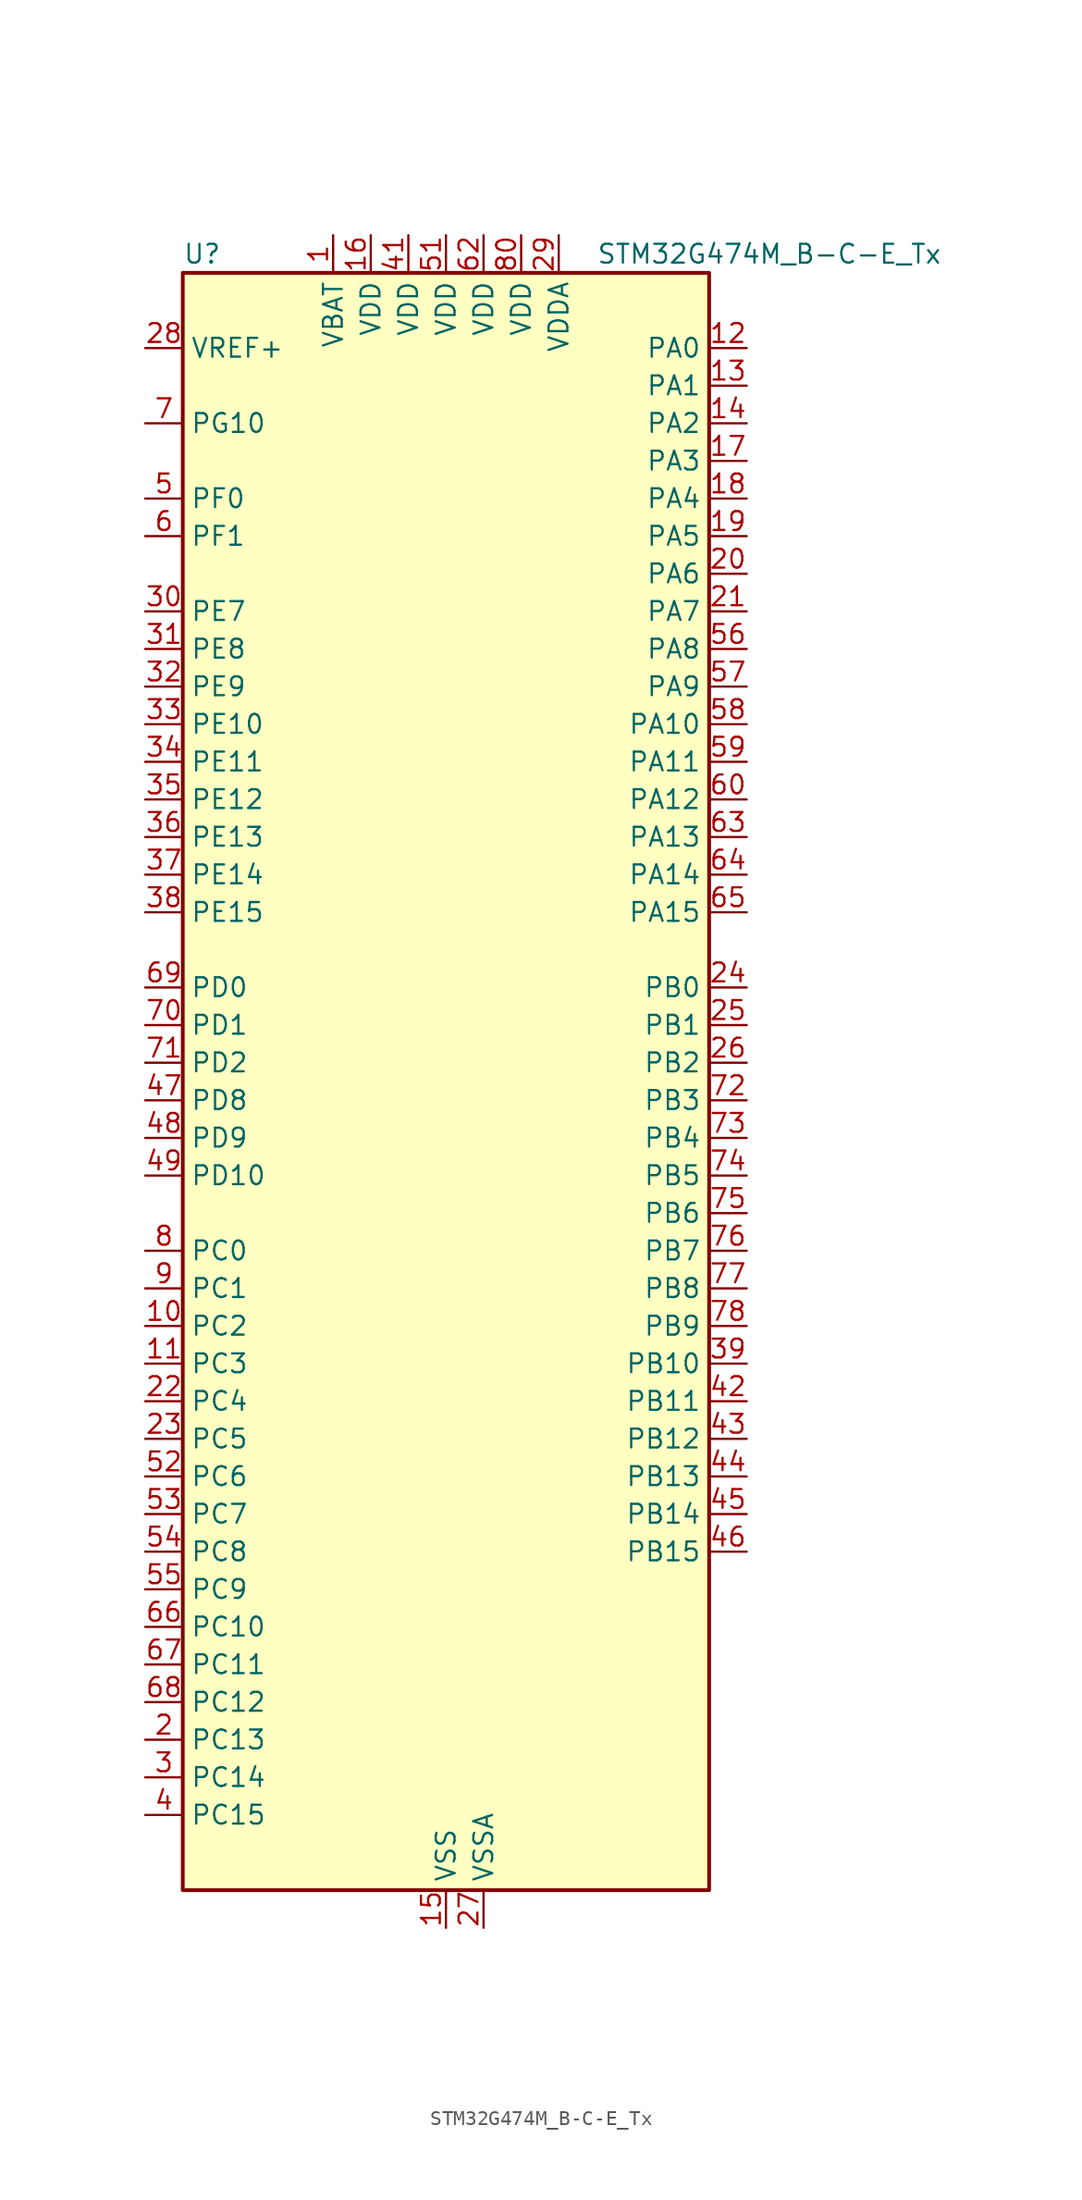
<source format=kicad_sym>
(kicad_symbol_lib
  (version 20241209)
  (generator "kicad_symbol_editor")
  (generator_version "9.0")
  (symbol "STM32G474M_B-C-E_Tx"
    (property "Reference" "U"
      (at -17.78 57.15 0)
      (effects (font (size 1.27 1.27)) (justify left)))
    (property "Value" "STM32G474M_B-C-E_Tx"
      (at 10.16 57.15 0)
      (effects (font (size 1.27 1.27)) (justify left)))
    (symbol "STM32G474M_B-C-E_Tx_0_1"
      (rectangle (start -17.78 -53.34) (end 17.78 55.88) (stroke (width 0.254) (type default)) (fill (type background))))
    (symbol "STM32G474M_B-C-E_Tx_1_1"
      (pin input line (at -20.32 50.8 0) (length 2.54) (name "VREF+" (effects (font (size 1.27 1.27)))) (number "28" (effects (font (size 1.27 1.27)))) (alternate "VREFBUF_OUT" bidirectional line))
      (pin bidirectional line (at -20.32 45.72 0) (length 2.54) (name "PG10" (effects (font (size 1.27 1.27)))) (number "7" (effects (font (size 1.27 1.27)))) (alternate "DAC1_EXTI10" bidirectional line) (alternate "DAC2_EXTI10" bidirectional line) (alternate "DAC3_EXTI10" bidirectional line) (alternate "DAC4_EXTI10" bidirectional line) (alternate "RCC_MCO" bidirectional line))
      (pin bidirectional line (at -20.32 40.64 0) (length 2.54) (name "PF0" (effects (font (size 1.27 1.27)))) (number "5" (effects (font (size 1.27 1.27)))) (alternate "ADC1_IN10" bidirectional line) (alternate "I2C2_SDA" bidirectional line) (alternate "I2S2_WS" bidirectional line) (alternate "RCC_OSC_IN" bidirectional line) (alternate "SPI2_NSS" bidirectional line) (alternate "TIM1_CH3N" bidirectional line))
      (pin bidirectional line (at -20.32 38.1 0) (length 2.54) (name "PF1" (effects (font (size 1.27 1.27)))) (number "6" (effects (font (size 1.27 1.27)))) (alternate "ADC2_IN10" bidirectional line) (alternate "COMP3_INM" bidirectional line) (alternate "I2S2_CK" bidirectional line) (alternate "RCC_OSC_OUT" bidirectional line) (alternate "SPI2_SCK" bidirectional line))
      (pin bidirectional line (at -20.32 33.02 0) (length 2.54) (name "PE7" (effects (font (size 1.27 1.27)))) (number "30" (effects (font (size 1.27 1.27)))) (alternate "ADC3_IN4" bidirectional line) (alternate "COMP4_INP" bidirectional line) (alternate "SAI1_SD_B" bidirectional line) (alternate "TIM1_ETR" bidirectional line))
      (pin bidirectional line (at -20.32 30.48 0) (length 2.54) (name "PE8" (effects (font (size 1.27 1.27)))) (number "31" (effects (font (size 1.27 1.27)))) (alternate "ADC3_IN6" bidirectional line) (alternate "ADC4_IN6" bidirectional line) (alternate "ADC5_IN6" bidirectional line) (alternate "COMP4_INM" bidirectional line) (alternate "SAI1_SCK_B" bidirectional line) (alternate "TIM1_CH1N" bidirectional line) (alternate "TIM5_CH3" bidirectional line))
      (pin bidirectional line (at -20.32 27.94 0) (length 2.54) (name "PE9" (effects (font (size 1.27 1.27)))) (number "32" (effects (font (size 1.27 1.27)))) (alternate "ADC3_IN2" bidirectional line) (alternate "DAC1_EXTI9" bidirectional line) (alternate "DAC2_EXTI9" bidirectional line) (alternate "DAC3_EXTI9" bidirectional line) (alternate "DAC4_EXTI9" bidirectional line) (alternate "SAI1_FS_B" bidirectional line) (alternate "TIM1_CH1" bidirectional line) (alternate "TIM5_CH4" bidirectional line))
      (pin bidirectional line (at -20.32 25.4 0) (length 2.54) (name "PE10" (effects (font (size 1.27 1.27)))) (number "33" (effects (font (size 1.27 1.27)))) (alternate "ADC3_IN14" bidirectional line) (alternate "ADC4_IN14" bidirectional line) (alternate "ADC5_IN14" bidirectional line) (alternate "DAC1_EXTI10" bidirectional line) (alternate "DAC2_EXTI10" bidirectional line) (alternate "DAC3_EXTI10" bidirectional line) (alternate "DAC4_EXTI10" bidirectional line) (alternate "QUADSPI1_CLK" bidirectional line) (alternate "SAI1_MCLK_B" bidirectional line) (alternate "TIM1_CH2N" bidirectional line))
      (pin bidirectional line (at -20.32 22.86 0) (length 2.54) (name "PE11" (effects (font (size 1.27 1.27)))) (number "34" (effects (font (size 1.27 1.27)))) (alternate "ADC1_EXTI11" bidirectional line) (alternate "ADC2_EXTI11" bidirectional line) (alternate "ADC3_IN15" bidirectional line) (alternate "ADC4_IN15" bidirectional line) (alternate "ADC5_IN15" bidirectional line) (alternate "QUADSPI1_BK1_NCS" bidirectional line) (alternate "SPI4_NSS" bidirectional line) (alternate "TIM1_CH2" bidirectional line))
      (pin bidirectional line (at -20.32 20.32 0) (length 2.54) (name "PE12" (effects (font (size 1.27 1.27)))) (number "35" (effects (font (size 1.27 1.27)))) (alternate "ADC3_IN16" bidirectional line) (alternate "ADC4_IN16" bidirectional line) (alternate "ADC5_IN16" bidirectional line) (alternate "QUADSPI1_BK1_IO0" bidirectional line) (alternate "SPI4_SCK" bidirectional line) (alternate "TIM1_CH3N" bidirectional line))
      (pin bidirectional line (at -20.32 17.78 0) (length 2.54) (name "PE13" (effects (font (size 1.27 1.27)))) (number "36" (effects (font (size 1.27 1.27)))) (alternate "ADC3_IN3" bidirectional line) (alternate "QUADSPI1_BK1_IO1" bidirectional line) (alternate "SPI4_MISO" bidirectional line) (alternate "TIM1_CH3" bidirectional line))
      (pin bidirectional line (at -20.32 15.24 0) (length 2.54) (name "PE14" (effects (font (size 1.27 1.27)))) (number "37" (effects (font (size 1.27 1.27)))) (alternate "ADC4_IN1" bidirectional line) (alternate "QUADSPI1_BK1_IO2" bidirectional line) (alternate "SPI4_MOSI" bidirectional line) (alternate "TIM1_BKIN2" bidirectional line) (alternate "TIM1_CH4" bidirectional line))
      (pin bidirectional line (at -20.32 12.7 0) (length 2.54) (name "PE15" (effects (font (size 1.27 1.27)))) (number "38" (effects (font (size 1.27 1.27)))) (alternate "ADC1_EXTI15" bidirectional line) (alternate "ADC2_EXTI15" bidirectional line) (alternate "ADC4_IN2" bidirectional line) (alternate "QUADSPI1_BK1_IO3" bidirectional line) (alternate "TIM1_BKIN" bidirectional line) (alternate "TIM1_CH4N" bidirectional line) (alternate "USART3_RX" bidirectional line))
      (pin bidirectional line (at -20.32 7.62 0) (length 2.54) (name "PD0" (effects (font (size 1.27 1.27)))) (number "69" (effects (font (size 1.27 1.27)))) (alternate "FDCAN1_RX" bidirectional line) (alternate "TIM8_CH4N" bidirectional line))
      (pin bidirectional line (at -20.32 5.08 0) (length 2.54) (name "PD1" (effects (font (size 1.27 1.27)))) (number "70" (effects (font (size 1.27 1.27)))) (alternate "FDCAN1_TX" bidirectional line) (alternate "TIM8_BKIN2" bidirectional line) (alternate "TIM8_CH4" bidirectional line))
      (pin bidirectional line (at -20.32 2.54 0) (length 2.54) (name "PD2" (effects (font (size 1.27 1.27)))) (number "71" (effects (font (size 1.27 1.27)))) (alternate "ADC3_EXTI2" bidirectional line) (alternate "ADC4_EXTI2" bidirectional line) (alternate "ADC5_EXTI2" bidirectional line) (alternate "TIM3_ETR" bidirectional line) (alternate "TIM8_BKIN" bidirectional line) (alternate "UART5_RX" bidirectional line))
      (pin bidirectional line (at -20.32 0 0) (length 2.54) (name "PD8" (effects (font (size 1.27 1.27)))) (number "47" (effects (font (size 1.27 1.27)))) (alternate "ADC4_IN12" bidirectional line) (alternate "ADC5_IN12" bidirectional line) (alternate "OPAMP4_VINM" bidirectional line) (alternate "OPAMP4_VINM1" bidirectional line) (alternate "OPAMP4_VINM_SEC" bidirectional line) (alternate "USART3_TX" bidirectional line))
      (pin bidirectional line (at -20.32 -2.54 0) (length 2.54) (name "PD9" (effects (font (size 1.27 1.27)))) (number "48" (effects (font (size 1.27 1.27)))) (alternate "ADC4_IN13" bidirectional line) (alternate "ADC5_IN13" bidirectional line) (alternate "DAC1_EXTI9" bidirectional line) (alternate "DAC2_EXTI9" bidirectional line) (alternate "DAC3_EXTI9" bidirectional line) (alternate "DAC4_EXTI9" bidirectional line) (alternate "OPAMP6_VINP" bidirectional line) (alternate "OPAMP6_VINP_SEC" bidirectional line) (alternate "USART3_RX" bidirectional line))
      (pin bidirectional line (at -20.32 -5.08 0) (length 2.54) (name "PD10" (effects (font (size 1.27 1.27)))) (number "49" (effects (font (size 1.27 1.27)))) (alternate "ADC3_IN7" bidirectional line) (alternate "ADC4_IN7" bidirectional line) (alternate "ADC5_IN7" bidirectional line) (alternate "COMP6_INM" bidirectional line) (alternate "DAC1_EXTI10" bidirectional line) (alternate "DAC2_EXTI10" bidirectional line) (alternate "DAC3_EXTI10" bidirectional line) (alternate "DAC4_EXTI10" bidirectional line) (alternate "USART3_CK" bidirectional line))
      (pin bidirectional line (at -20.32 -10.16 0) (length 2.54) (name "PC0" (effects (font (size 1.27 1.27)))) (number "8" (effects (font (size 1.27 1.27)))) (alternate "ADC1_IN6" bidirectional line) (alternate "ADC2_IN6" bidirectional line) (alternate "COMP3_INM" bidirectional line) (alternate "LPTIM1_IN1" bidirectional line) (alternate "LPUART1_RX" bidirectional line) (alternate "TIM1_CH1" bidirectional line))
      (pin bidirectional line (at -20.32 -12.7 0) (length 2.54) (name "PC1" (effects (font (size 1.27 1.27)))) (number "9" (effects (font (size 1.27 1.27)))) (alternate "ADC1_IN7" bidirectional line) (alternate "ADC2_IN7" bidirectional line) (alternate "COMP3_INP" bidirectional line) (alternate "LPTIM1_OUT" bidirectional line) (alternate "LPUART1_TX" bidirectional line) (alternate "QUADSPI1_BK2_IO0" bidirectional line) (alternate "SAI1_SD_A" bidirectional line) (alternate "TIM1_CH2" bidirectional line))
      (pin bidirectional line (at -20.32 -15.24 0) (length 2.54) (name "PC2" (effects (font (size 1.27 1.27)))) (number "10" (effects (font (size 1.27 1.27)))) (alternate "ADC1_IN8" bidirectional line) (alternate "ADC2_IN8" bidirectional line) (alternate "ADC3_EXTI2" bidirectional line) (alternate "ADC4_EXTI2" bidirectional line) (alternate "ADC5_EXTI2" bidirectional line) (alternate "COMP3_OUT" bidirectional line) (alternate "LPTIM1_IN2" bidirectional line) (alternate "QUADSPI1_BK2_IO1" bidirectional line) (alternate "TIM1_CH3" bidirectional line) (alternate "TIM20_CH2" bidirectional line))
      (pin bidirectional line (at -20.32 -17.78 0) (length 2.54) (name "PC3" (effects (font (size 1.27 1.27)))) (number "11" (effects (font (size 1.27 1.27)))) (alternate "ADC1_IN9" bidirectional line) (alternate "ADC2_IN9" bidirectional line) (alternate "ADC3_EXTI3" bidirectional line) (alternate "ADC4_EXTI3" bidirectional line) (alternate "ADC5_EXTI3" bidirectional line) (alternate "LPTIM1_ETR" bidirectional line) (alternate "OPAMP5_VINP" bidirectional line) (alternate "OPAMP5_VINP_SEC" bidirectional line) (alternate "QUADSPI1_BK2_IO2" bidirectional line) (alternate "SAI1_D1" bidirectional line) (alternate "SAI1_SD_A" bidirectional line) (alternate "TIM1_BKIN2" bidirectional line) (alternate "TIM1_CH4" bidirectional line))
      (pin bidirectional line (at -20.32 -20.32 0) (length 2.54) (name "PC4" (effects (font (size 1.27 1.27)))) (number "22" (effects (font (size 1.27 1.27)))) (alternate "ADC2_IN5" bidirectional line) (alternate "I2C2_SCL" bidirectional line) (alternate "QUADSPI1_BK2_IO3" bidirectional line) (alternate "TIM1_ETR" bidirectional line) (alternate "USART1_TX" bidirectional line))
      (pin bidirectional line (at -20.32 -22.86 0) (length 2.54) (name "PC5" (effects (font (size 1.27 1.27)))) (number "23" (effects (font (size 1.27 1.27)))) (alternate "ADC2_IN11" bidirectional line) (alternate "HRTIM1_EEV10" bidirectional line) (alternate "OPAMP1_VINM" bidirectional line) (alternate "OPAMP1_VINM1" bidirectional line) (alternate "OPAMP1_VINM_SEC" bidirectional line) (alternate "OPAMP2_VINM" bidirectional line) (alternate "OPAMP2_VINM1" bidirectional line) (alternate "OPAMP2_VINM_SEC" bidirectional line) (alternate "SAI1_D3" bidirectional line) (alternate "SYS_WKUP5" bidirectional line) (alternate "TIM15_BKIN" bidirectional line) (alternate "TIM1_CH4N" bidirectional line) (alternate "USART1_RX" bidirectional line))
      (pin bidirectional line (at -20.32 -25.4 0) (length 2.54) (name "PC6" (effects (font (size 1.27 1.27)))) (number "52" (effects (font (size 1.27 1.27)))) (alternate "COMP6_OUT" bidirectional line) (alternate "HRTIM1_CHF1" bidirectional line) (alternate "HRTIM1_EEV10" bidirectional line) (alternate "I2C4_SCL" bidirectional line) (alternate "I2S2_MCK" bidirectional line) (alternate "TIM3_CH1" bidirectional line) (alternate "TIM8_CH1" bidirectional line))
      (pin bidirectional line (at -20.32 -27.94 0) (length 2.54) (name "PC7" (effects (font (size 1.27 1.27)))) (number "53" (effects (font (size 1.27 1.27)))) (alternate "COMP5_OUT" bidirectional line) (alternate "HRTIM1_CHF2" bidirectional line) (alternate "HRTIM1_FLT5" bidirectional line) (alternate "I2C4_SDA" bidirectional line) (alternate "I2S3_MCK" bidirectional line) (alternate "TIM3_CH2" bidirectional line) (alternate "TIM8_CH2" bidirectional line))
      (pin bidirectional line (at -20.32 -30.48 0) (length 2.54) (name "PC8" (effects (font (size 1.27 1.27)))) (number "54" (effects (font (size 1.27 1.27)))) (alternate "COMP7_OUT" bidirectional line) (alternate "HRTIM1_CHE1" bidirectional line) (alternate "I2C3_SCL" bidirectional line) (alternate "TIM20_CH3" bidirectional line) (alternate "TIM3_CH3" bidirectional line) (alternate "TIM8_CH3" bidirectional line))
      (pin bidirectional line (at -20.32 -33.02 0) (length 2.54) (name "PC9" (effects (font (size 1.27 1.27)))) (number "55" (effects (font (size 1.27 1.27)))) (alternate "DAC1_EXTI9" bidirectional line) (alternate "DAC2_EXTI9" bidirectional line) (alternate "DAC3_EXTI9" bidirectional line) (alternate "DAC4_EXTI9" bidirectional line) (alternate "HRTIM1_CHE2" bidirectional line) (alternate "I2C3_SDA" bidirectional line) (alternate "I2S_CKIN" bidirectional line) (alternate "TIM3_CH4" bidirectional line) (alternate "TIM8_BKIN2" bidirectional line) (alternate "TIM8_CH4" bidirectional line))
      (pin bidirectional line (at -20.32 -35.56 0) (length 2.54) (name "PC10" (effects (font (size 1.27 1.27)))) (number "66" (effects (font (size 1.27 1.27)))) (alternate "DAC1_EXTI10" bidirectional line) (alternate "DAC2_EXTI10" bidirectional line) (alternate "DAC3_EXTI10" bidirectional line) (alternate "DAC4_EXTI10" bidirectional line) (alternate "HRTIM1_FLT6" bidirectional line) (alternate "I2S3_CK" bidirectional line) (alternate "SPI3_SCK" bidirectional line) (alternate "TIM8_CH1N" bidirectional line) (alternate "UART4_TX" bidirectional line) (alternate "USART3_TX" bidirectional line))
      (pin bidirectional line (at -20.32 -38.1 0) (length 2.54) (name "PC11" (effects (font (size 1.27 1.27)))) (number "67" (effects (font (size 1.27 1.27)))) (alternate "ADC1_EXTI11" bidirectional line) (alternate "ADC2_EXTI11" bidirectional line) (alternate "HRTIM1_EEV2" bidirectional line) (alternate "I2C3_SDA" bidirectional line) (alternate "SPI3_MISO" bidirectional line) (alternate "TIM8_CH2N" bidirectional line) (alternate "UART4_RX" bidirectional line) (alternate "USART3_RX" bidirectional line))
      (pin bidirectional line (at -20.32 -40.64 0) (length 2.54) (name "PC12" (effects (font (size 1.27 1.27)))) (number "68" (effects (font (size 1.27 1.27)))) (alternate "HRTIM1_EEV1" bidirectional line) (alternate "I2S3_SD" bidirectional line) (alternate "SPI3_MOSI" bidirectional line) (alternate "TIM5_CH2" bidirectional line) (alternate "TIM8_CH3N" bidirectional line) (alternate "UART5_TX" bidirectional line) (alternate "UCPD1_FRSTX1" bidirectional line) (alternate "UCPD1_FRSTX2" bidirectional line) (alternate "USART3_CK" bidirectional line))
      (pin bidirectional line (at -20.32 -43.18 0) (length 2.54) (name "PC13" (effects (font (size 1.27 1.27)))) (number "2" (effects (font (size 1.27 1.27)))) (alternate "RTC_OUT1" bidirectional line) (alternate "RTC_TAMP1" bidirectional line) (alternate "RTC_TS" bidirectional line) (alternate "SYS_WKUP2" bidirectional line) (alternate "TIM1_BKIN" bidirectional line) (alternate "TIM1_CH1N" bidirectional line) (alternate "TIM8_CH4N" bidirectional line))
      (pin bidirectional line (at -20.32 -45.72 0) (length 2.54) (name "PC14" (effects (font (size 1.27 1.27)))) (number "3" (effects (font (size 1.27 1.27)))) (alternate "RCC_OSC32_IN" bidirectional line))
      (pin bidirectional line (at -20.32 -48.26 0) (length 2.54) (name "PC15" (effects (font (size 1.27 1.27)))) (number "4" (effects (font (size 1.27 1.27)))) (alternate "ADC1_EXTI15" bidirectional line) (alternate "ADC2_EXTI15" bidirectional line) (alternate "RCC_OSC32_OUT" bidirectional line))
      (pin power_in line (at -7.62 58.42 270) (length 2.54) (name "VBAT" (effects (font (size 1.27 1.27)))) (number "1" (effects (font (size 1.27 1.27)))))
      (pin power_in line (at -5.08 58.42 270) (length 2.54) (name "VDD" (effects (font (size 1.27 1.27)))) (number "16" (effects (font (size 1.27 1.27)))))
      (pin power_in line (at -2.54 58.42 270) (length 2.54) (name "VDD" (effects (font (size 1.27 1.27)))) (number "41" (effects (font (size 1.27 1.27)))))
      (pin power_in line (at 0 58.42 270) (length 2.54) (name "VDD" (effects (font (size 1.27 1.27)))) (number "51" (effects (font (size 1.27 1.27)))))
      (pin power_in line (at 0 -55.88 90) (length 2.54) (name "VSS" (effects (font (size 1.27 1.27)))) (number "15" (effects (font (size 1.27 1.27)))))
      (pin passive line (at 0 -55.88 90) (length 2.54) (hide yes) (name "VSS" (effects (font (size 1.27 1.27)))) (number "40" (effects (font (size 1.27 1.27)))))
      (pin passive line (at 0 -55.88 90) (length 2.54) (hide yes) (name "VSS" (effects (font (size 1.27 1.27)))) (number "50" (effects (font (size 1.27 1.27)))))
      (pin passive line (at 0 -55.88 90) (length 2.54) (hide yes) (name "VSS" (effects (font (size 1.27 1.27)))) (number "61" (effects (font (size 1.27 1.27)))))
      (pin passive line (at 0 -55.88 90) (length 2.54) (hide yes) (name "VSS" (effects (font (size 1.27 1.27)))) (number "79" (effects (font (size 1.27 1.27)))))
      (pin power_in line (at 2.54 58.42 270) (length 2.54) (name "VDD" (effects (font (size 1.27 1.27)))) (number "62" (effects (font (size 1.27 1.27)))))
      (pin power_in line (at 2.54 -55.88 90) (length 2.54) (name "VSSA" (effects (font (size 1.27 1.27)))) (number "27" (effects (font (size 1.27 1.27)))))
      (pin power_in line (at 5.08 58.42 270) (length 2.54) (name "VDD" (effects (font (size 1.27 1.27)))) (number "80" (effects (font (size 1.27 1.27)))))
      (pin power_in line (at 7.62 58.42 270) (length 2.54) (name "VDDA" (effects (font (size 1.27 1.27)))) (number "29" (effects (font (size 1.27 1.27)))))
      (pin bidirectional line (at 20.32 50.8 180) (length 2.54) (name "PA0" (effects (font (size 1.27 1.27)))) (number "12" (effects (font (size 1.27 1.27)))) (alternate "ADC1_IN1" bidirectional line) (alternate "ADC2_IN1" bidirectional line) (alternate "COMP1_INM" bidirectional line) (alternate "COMP1_OUT" bidirectional line) (alternate "COMP3_INP" bidirectional line) (alternate "RTC_TAMP2" bidirectional line) (alternate "SYS_WKUP1" bidirectional line) (alternate "TIM2_CH1" bidirectional line) (alternate "TIM2_ETR" bidirectional line) (alternate "TIM5_CH1" bidirectional line) (alternate "TIM8_BKIN" bidirectional line) (alternate "TIM8_ETR" bidirectional line) (alternate "USART2_CTS" bidirectional line) (alternate "USART2_NSS" bidirectional line))
      (pin bidirectional line (at 20.32 48.26 180) (length 2.54) (name "PA1" (effects (font (size 1.27 1.27)))) (number "13" (effects (font (size 1.27 1.27)))) (alternate "ADC1_IN2" bidirectional line) (alternate "ADC2_IN2" bidirectional line) (alternate "COMP1_INP" bidirectional line) (alternate "OPAMP1_VINP" bidirectional line) (alternate "OPAMP1_VINP_SEC" bidirectional line) (alternate "OPAMP3_VINP" bidirectional line) (alternate "OPAMP3_VINP_SEC" bidirectional line) (alternate "OPAMP6_VINM" bidirectional line) (alternate "OPAMP6_VINM0" bidirectional line) (alternate "OPAMP6_VINM_SEC" bidirectional line) (alternate "RTC_REFIN" bidirectional line) (alternate "TIM15_CH1N" bidirectional line) (alternate "TIM2_CH2" bidirectional line) (alternate "TIM5_CH2" bidirectional line) (alternate "USART2_DE" bidirectional line) (alternate "USART2_RTS" bidirectional line))
      (pin bidirectional line (at 20.32 45.72 180) (length 2.54) (name "PA2" (effects (font (size 1.27 1.27)))) (number "14" (effects (font (size 1.27 1.27)))) (alternate "ADC1_IN3" bidirectional line) (alternate "ADC3_EXTI2" bidirectional line) (alternate "ADC4_EXTI2" bidirectional line) (alternate "ADC5_EXTI2" bidirectional line) (alternate "COMP2_INM" bidirectional line) (alternate "COMP2_OUT" bidirectional line) (alternate "LPUART1_TX" bidirectional line) (alternate "OPAMP1_VOUT" bidirectional line) (alternate "QUADSPI1_BK1_NCS" bidirectional line) (alternate "RCC_LSCO" bidirectional line) (alternate "SYS_WKUP4" bidirectional line) (alternate "TIM15_CH1" bidirectional line) (alternate "TIM2_CH3" bidirectional line) (alternate "TIM5_CH3" bidirectional line) (alternate "UCPD1_FRSTX1" bidirectional line) (alternate "UCPD1_FRSTX2" bidirectional line) (alternate "USART2_TX" bidirectional line))
      (pin bidirectional line (at 20.32 43.18 180) (length 2.54) (name "PA3" (effects (font (size 1.27 1.27)))) (number "17" (effects (font (size 1.27 1.27)))) (alternate "ADC1_IN4" bidirectional line) (alternate "ADC3_EXTI3" bidirectional line) (alternate "ADC4_EXTI3" bidirectional line) (alternate "ADC5_EXTI3" bidirectional line) (alternate "COMP2_INP" bidirectional line) (alternate "LPUART1_RX" bidirectional line) (alternate "OPAMP1_VINM" bidirectional line) (alternate "OPAMP1_VINM0" bidirectional line) (alternate "OPAMP1_VINM_SEC" bidirectional line) (alternate "OPAMP1_VINP" bidirectional line) (alternate "OPAMP1_VINP_SEC" bidirectional line) (alternate "OPAMP5_VINM" bidirectional line) (alternate "OPAMP5_VINM1" bidirectional line) (alternate "OPAMP5_VINM_SEC" bidirectional line) (alternate "QUADSPI1_CLK" bidirectional line) (alternate "SAI1_CK1" bidirectional line) (alternate "SAI1_MCLK_A" bidirectional line) (alternate "TIM15_CH2" bidirectional line) (alternate "TIM2_CH4" bidirectional line) (alternate "TIM5_CH4" bidirectional line) (alternate "USART2_RX" bidirectional line))
      (pin bidirectional line (at 20.32 40.64 180) (length 2.54) (name "PA4" (effects (font (size 1.27 1.27)))) (number "18" (effects (font (size 1.27 1.27)))) (alternate "ADC2_IN17" bidirectional line) (alternate "COMP1_INM" bidirectional line) (alternate "DAC1_OUT1" bidirectional line) (alternate "I2S3_WS" bidirectional line) (alternate "SAI1_FS_B" bidirectional line) (alternate "SPI1_NSS" bidirectional line) (alternate "SPI3_NSS" bidirectional line) (alternate "TIM3_CH2" bidirectional line) (alternate "USART2_CK" bidirectional line))
      (pin bidirectional line (at 20.32 38.1 180) (length 2.54) (name "PA5" (effects (font (size 1.27 1.27)))) (number "19" (effects (font (size 1.27 1.27)))) (alternate "ADC2_IN13" bidirectional line) (alternate "COMP2_INM" bidirectional line) (alternate "DAC1_OUT2" bidirectional line) (alternate "OPAMP2_VINM" bidirectional line) (alternate "OPAMP2_VINM0" bidirectional line) (alternate "OPAMP2_VINM_SEC" bidirectional line) (alternate "SPI1_SCK" bidirectional line) (alternate "TIM2_CH1" bidirectional line) (alternate "TIM2_ETR" bidirectional line) (alternate "UCPD1_FRSTX1" bidirectional line) (alternate "UCPD1_FRSTX2" bidirectional line))
      (pin bidirectional line (at 20.32 35.56 180) (length 2.54) (name "PA6" (effects (font (size 1.27 1.27)))) (number "20" (effects (font (size 1.27 1.27)))) (alternate "ADC2_IN3" bidirectional line) (alternate "COMP1_OUT" bidirectional line) (alternate "DAC2_OUT1" bidirectional line) (alternate "LPUART1_CTS" bidirectional line) (alternate "OPAMP2_VOUT" bidirectional line) (alternate "QUADSPI1_BK1_IO3" bidirectional line) (alternate "SPI1_MISO" bidirectional line) (alternate "TIM16_CH1" bidirectional line) (alternate "TIM1_BKIN" bidirectional line) (alternate "TIM3_CH1" bidirectional line) (alternate "TIM8_BKIN" bidirectional line))
      (pin bidirectional line (at 20.32 33.02 180) (length 2.54) (name "PA7" (effects (font (size 1.27 1.27)))) (number "21" (effects (font (size 1.27 1.27)))) (alternate "ADC2_IN4" bidirectional line) (alternate "COMP2_INP" bidirectional line) (alternate "COMP2_OUT" bidirectional line) (alternate "OPAMP1_VINP" bidirectional line) (alternate "OPAMP1_VINP_SEC" bidirectional line) (alternate "OPAMP2_VINP" bidirectional line) (alternate "OPAMP2_VINP_SEC" bidirectional line) (alternate "QUADSPI1_BK1_IO2" bidirectional line) (alternate "SPI1_MOSI" bidirectional line) (alternate "TIM17_CH1" bidirectional line) (alternate "TIM1_CH1N" bidirectional line) (alternate "TIM3_CH2" bidirectional line) (alternate "TIM8_CH1N" bidirectional line) (alternate "UCPD1_FRSTX1" bidirectional line) (alternate "UCPD1_FRSTX2" bidirectional line))
      (pin bidirectional line (at 20.32 30.48 180) (length 2.54) (name "PA8" (effects (font (size 1.27 1.27)))) (number "56" (effects (font (size 1.27 1.27)))) (alternate "ADC5_IN1" bidirectional line) (alternate "COMP7_OUT" bidirectional line) (alternate "FDCAN3_RX" bidirectional line) (alternate "HRTIM1_CHA1" bidirectional line) (alternate "I2C2_SDA" bidirectional line) (alternate "I2C3_SCL" bidirectional line) (alternate "I2S2_MCK" bidirectional line) (alternate "OPAMP5_VOUT" bidirectional line) (alternate "RCC_MCO" bidirectional line) (alternate "SAI1_CK2" bidirectional line) (alternate "SAI1_SCK_A" bidirectional line) (alternate "TIM1_CH1" bidirectional line) (alternate "TIM4_ETR" bidirectional line) (alternate "USART1_CK" bidirectional line))
      (pin bidirectional line (at 20.32 27.94 180) (length 2.54) (name "PA9" (effects (font (size 1.27 1.27)))) (number "57" (effects (font (size 1.27 1.27)))) (alternate "ADC5_IN2" bidirectional line) (alternate "COMP5_OUT" bidirectional line) (alternate "DAC1_EXTI9" bidirectional line) (alternate "DAC2_EXTI9" bidirectional line) (alternate "DAC3_EXTI9" bidirectional line) (alternate "DAC4_EXTI9" bidirectional line) (alternate "HRTIM1_CHA2" bidirectional line) (alternate "I2C2_SCL" bidirectional line) (alternate "I2C3_SMBA" bidirectional line) (alternate "I2S3_MCK" bidirectional line) (alternate "SAI1_FS_A" bidirectional line) (alternate "TIM15_BKIN" bidirectional line) (alternate "TIM1_CH2" bidirectional line) (alternate "TIM2_CH3" bidirectional line) (alternate "UCPD1_DBCC1" bidirectional line) (alternate "USART1_TX" bidirectional line))
      (pin bidirectional line (at 20.32 25.4 180) (length 2.54) (name "PA10" (effects (font (size 1.27 1.27)))) (number "58" (effects (font (size 1.27 1.27)))) (alternate "COMP6_OUT" bidirectional line) (alternate "CRS_SYNC" bidirectional line) (alternate "DAC1_EXTI10" bidirectional line) (alternate "DAC2_EXTI10" bidirectional line) (alternate "DAC3_EXTI10" bidirectional line) (alternate "DAC4_EXTI10" bidirectional line) (alternate "HRTIM1_CHB1" bidirectional line) (alternate "I2C2_SMBA" bidirectional line) (alternate "SAI1_D1" bidirectional line) (alternate "SAI1_SD_A" bidirectional line) (alternate "SPI2_MISO" bidirectional line) (alternate "TIM17_BKIN" bidirectional line) (alternate "TIM1_CH3" bidirectional line) (alternate "TIM2_CH4" bidirectional line) (alternate "TIM8_BKIN" bidirectional line) (alternate "UCPD1_DBCC2" bidirectional line) (alternate "USART1_RX" bidirectional line))
      (pin bidirectional line (at 20.32 22.86 180) (length 2.54) (name "PA11" (effects (font (size 1.27 1.27)))) (number "59" (effects (font (size 1.27 1.27)))) (alternate "ADC1_EXTI11" bidirectional line) (alternate "ADC2_EXTI11" bidirectional line) (alternate "COMP1_OUT" bidirectional line) (alternate "FDCAN1_RX" bidirectional line) (alternate "HRTIM1_CHB2" bidirectional line) (alternate "I2S2_SD" bidirectional line) (alternate "SPI2_MOSI" bidirectional line) (alternate "TIM1_BKIN2" bidirectional line) (alternate "TIM1_CH1N" bidirectional line) (alternate "TIM1_CH4" bidirectional line) (alternate "TIM4_CH1" bidirectional line) (alternate "USART1_CTS" bidirectional line) (alternate "USART1_NSS" bidirectional line) (alternate "USB_DM" bidirectional line))
      (pin bidirectional line (at 20.32 20.32 180) (length 2.54) (name "PA12" (effects (font (size 1.27 1.27)))) (number "60" (effects (font (size 1.27 1.27)))) (alternate "COMP2_OUT" bidirectional line) (alternate "FDCAN1_TX" bidirectional line) (alternate "HRTIM1_FLT1" bidirectional line) (alternate "I2S_CKIN" bidirectional line) (alternate "TIM16_CH1" bidirectional line) (alternate "TIM1_CH2N" bidirectional line) (alternate "TIM1_ETR" bidirectional line) (alternate "TIM4_CH2" bidirectional line) (alternate "USART1_DE" bidirectional line) (alternate "USART1_RTS" bidirectional line) (alternate "USB_DP" bidirectional line))
      (pin bidirectional line (at 20.32 17.78 180) (length 2.54) (name "PA13" (effects (font (size 1.27 1.27)))) (number "63" (effects (font (size 1.27 1.27)))) (alternate "I2C1_SCL" bidirectional line) (alternate "I2C4_SCL" bidirectional line) (alternate "IR_OUT" bidirectional line) (alternate "SAI1_SD_B" bidirectional line) (alternate "SYS_JTMS-SWDIO" bidirectional line) (alternate "TIM16_CH1N" bidirectional line) (alternate "TIM4_CH3" bidirectional line) (alternate "USART3_CTS" bidirectional line) (alternate "USART3_NSS" bidirectional line))
      (pin bidirectional line (at 20.32 15.24 180) (length 2.54) (name "PA14" (effects (font (size 1.27 1.27)))) (number "64" (effects (font (size 1.27 1.27)))) (alternate "I2C1_SDA" bidirectional line) (alternate "I2C4_SMBA" bidirectional line) (alternate "LPTIM1_OUT" bidirectional line) (alternate "SAI1_FS_B" bidirectional line) (alternate "SYS_JTCK-SWCLK" bidirectional line) (alternate "TIM1_BKIN" bidirectional line) (alternate "TIM8_CH2" bidirectional line) (alternate "USART2_TX" bidirectional line))
      (pin bidirectional line (at 20.32 12.7 180) (length 2.54) (name "PA15" (effects (font (size 1.27 1.27)))) (number "65" (effects (font (size 1.27 1.27)))) (alternate "ADC1_EXTI15" bidirectional line) (alternate "ADC2_EXTI15" bidirectional line) (alternate "FDCAN3_TX" bidirectional line) (alternate "HRTIM1_FLT2" bidirectional line) (alternate "I2C1_SCL" bidirectional line) (alternate "I2S3_WS" bidirectional line) (alternate "SPI1_NSS" bidirectional line) (alternate "SPI3_NSS" bidirectional line) (alternate "SYS_JTDI" bidirectional line) (alternate "TIM1_BKIN" bidirectional line) (alternate "TIM2_CH1" bidirectional line) (alternate "TIM2_ETR" bidirectional line) (alternate "TIM8_CH1" bidirectional line) (alternate "UART4_DE" bidirectional line) (alternate "UART4_RTS" bidirectional line) (alternate "USART2_RX" bidirectional line))
      (pin bidirectional line (at 20.32 7.62 180) (length 2.54) (name "PB0" (effects (font (size 1.27 1.27)))) (number "24" (effects (font (size 1.27 1.27)))) (alternate "ADC1_IN15" bidirectional line) (alternate "ADC3_IN12" bidirectional line) (alternate "COMP4_INP" bidirectional line) (alternate "HRTIM1_FLT5" bidirectional line) (alternate "OPAMP2_VINP" bidirectional line) (alternate "OPAMP2_VINP_SEC" bidirectional line) (alternate "OPAMP3_VINP" bidirectional line) (alternate "OPAMP3_VINP_SEC" bidirectional line) (alternate "QUADSPI1_BK1_IO1" bidirectional line) (alternate "TIM1_CH2N" bidirectional line) (alternate "TIM3_CH3" bidirectional line) (alternate "TIM8_CH2N" bidirectional line) (alternate "UCPD1_FRSTX1" bidirectional line) (alternate "UCPD1_FRSTX2" bidirectional line))
      (pin bidirectional line (at 20.32 5.08 180) (length 2.54) (name "PB1" (effects (font (size 1.27 1.27)))) (number "25" (effects (font (size 1.27 1.27)))) (alternate "ADC1_IN12" bidirectional line) (alternate "ADC3_IN1" bidirectional line) (alternate "COMP1_INP" bidirectional line) (alternate "COMP4_OUT" bidirectional line) (alternate "HRTIM1_SCOUT" bidirectional line) (alternate "LPUART1_DE" bidirectional line) (alternate "LPUART1_RTS" bidirectional line) (alternate "OPAMP3_VOUT" bidirectional line) (alternate "OPAMP6_VINM" bidirectional line) (alternate "OPAMP6_VINM1" bidirectional line) (alternate "OPAMP6_VINM_SEC" bidirectional line) (alternate "QUADSPI1_BK1_IO0" bidirectional line) (alternate "TIM1_CH3N" bidirectional line) (alternate "TIM3_CH4" bidirectional line) (alternate "TIM8_CH3N" bidirectional line))
      (pin bidirectional line (at 20.32 2.54 180) (length 2.54) (name "PB2" (effects (font (size 1.27 1.27)))) (number "26" (effects (font (size 1.27 1.27)))) (alternate "ADC2_IN12" bidirectional line) (alternate "ADC3_EXTI2" bidirectional line) (alternate "ADC4_EXTI2" bidirectional line) (alternate "ADC5_EXTI2" bidirectional line) (alternate "COMP4_INM" bidirectional line) (alternate "HRTIM1_SCIN" bidirectional line) (alternate "I2C3_SMBA" bidirectional line) (alternate "LPTIM1_OUT" bidirectional line) (alternate "OPAMP3_VINM" bidirectional line) (alternate "OPAMP3_VINM0" bidirectional line) (alternate "OPAMP3_VINM_SEC" bidirectional line) (alternate "QUADSPI1_BK2_IO1" bidirectional line) (alternate "RTC_OUT2" bidirectional line) (alternate "TIM20_CH1" bidirectional line) (alternate "TIM5_CH1" bidirectional line))
      (pin bidirectional line (at 20.32 0 180) (length 2.54) (name "PB3" (effects (font (size 1.27 1.27)))) (number "72" (effects (font (size 1.27 1.27)))) (alternate "ADC3_EXTI3" bidirectional line) (alternate "ADC4_EXTI3" bidirectional line) (alternate "ADC5_EXTI3" bidirectional line) (alternate "CRS_SYNC" bidirectional line) (alternate "FDCAN3_RX" bidirectional line) (alternate "HRTIM1_EEV9" bidirectional line) (alternate "HRTIM1_SCOUT" bidirectional line) (alternate "I2S3_CK" bidirectional line) (alternate "SAI1_SCK_B" bidirectional line) (alternate "SPI1_SCK" bidirectional line) (alternate "SPI3_SCK" bidirectional line) (alternate "SYS_JTDO-SWO" bidirectional line) (alternate "TIM2_CH2" bidirectional line) (alternate "TIM3_ETR" bidirectional line) (alternate "TIM4_ETR" bidirectional line) (alternate "TIM8_CH1N" bidirectional line) (alternate "USART2_TX" bidirectional line))
      (pin bidirectional line (at 20.32 -2.54 180) (length 2.54) (name "PB4" (effects (font (size 1.27 1.27)))) (number "73" (effects (font (size 1.27 1.27)))) (alternate "FDCAN3_TX" bidirectional line) (alternate "HRTIM1_EEV7" bidirectional line) (alternate "SAI1_MCLK_B" bidirectional line) (alternate "SPI1_MISO" bidirectional line) (alternate "SPI3_MISO" bidirectional line) (alternate "SYS_JTRST" bidirectional line) (alternate "TIM16_CH1" bidirectional line) (alternate "TIM17_BKIN" bidirectional line) (alternate "TIM3_CH1" bidirectional line) (alternate "TIM8_CH2N" bidirectional line) (alternate "UART5_DE" bidirectional line) (alternate "UART5_RTS" bidirectional line) (alternate "UCPD1_CC2" bidirectional line) (alternate "USART2_RX" bidirectional line))
      (pin bidirectional line (at 20.32 -5.08 180) (length 2.54) (name "PB5" (effects (font (size 1.27 1.27)))) (number "74" (effects (font (size 1.27 1.27)))) (alternate "FDCAN2_RX" bidirectional line) (alternate "HRTIM1_EEV6" bidirectional line) (alternate "I2C1_SMBA" bidirectional line) (alternate "I2C3_SDA" bidirectional line) (alternate "I2S3_SD" bidirectional line) (alternate "LPTIM1_IN1" bidirectional line) (alternate "SAI1_SD_B" bidirectional line) (alternate "SPI1_MOSI" bidirectional line) (alternate "SPI3_MOSI" bidirectional line) (alternate "TIM16_BKIN" bidirectional line) (alternate "TIM17_CH1" bidirectional line) (alternate "TIM3_CH2" bidirectional line) (alternate "TIM8_CH3N" bidirectional line) (alternate "UART5_CTS" bidirectional line) (alternate "USART2_CK" bidirectional line))
      (pin bidirectional line (at 20.32 -7.62 180) (length 2.54) (name "PB6" (effects (font (size 1.27 1.27)))) (number "75" (effects (font (size 1.27 1.27)))) (alternate "COMP4_OUT" bidirectional line) (alternate "FDCAN2_TX" bidirectional line) (alternate "HRTIM1_EEV4" bidirectional line) (alternate "HRTIM1_SCIN" bidirectional line) (alternate "LPTIM1_ETR" bidirectional line) (alternate "SAI1_FS_B" bidirectional line) (alternate "TIM16_CH1N" bidirectional line) (alternate "TIM4_CH1" bidirectional line) (alternate "TIM8_BKIN2" bidirectional line) (alternate "TIM8_CH1" bidirectional line) (alternate "TIM8_ETR" bidirectional line) (alternate "UCPD1_CC1" bidirectional line) (alternate "USART1_TX" bidirectional line))
      (pin bidirectional line (at 20.32 -10.16 180) (length 2.54) (name "PB7" (effects (font (size 1.27 1.27)))) (number "76" (effects (font (size 1.27 1.27)))) (alternate "COMP3_OUT" bidirectional line) (alternate "HRTIM1_EEV3" bidirectional line) (alternate "I2C1_SDA" bidirectional line) (alternate "I2C4_SDA" bidirectional line) (alternate "LPTIM1_IN2" bidirectional line) (alternate "SYS_PVD_IN" bidirectional line) (alternate "TIM17_CH1N" bidirectional line) (alternate "TIM3_CH4" bidirectional line) (alternate "TIM4_CH2" bidirectional line) (alternate "TIM8_BKIN" bidirectional line) (alternate "UART4_CTS" bidirectional line) (alternate "USART1_RX" bidirectional line))
      (pin bidirectional line (at 20.32 -12.7 180) (length 2.54) (name "PB8" (effects (font (size 1.27 1.27)))) (number "77" (effects (font (size 1.27 1.27)))) (alternate "COMP1_OUT" bidirectional line) (alternate "FDCAN1_RX" bidirectional line) (alternate "HRTIM1_EEV8" bidirectional line) (alternate "I2C1_SCL" bidirectional line) (alternate "SAI1_CK1" bidirectional line) (alternate "SAI1_MCLK_A" bidirectional line) (alternate "TIM16_CH1" bidirectional line) (alternate "TIM1_BKIN" bidirectional line) (alternate "TIM4_CH3" bidirectional line) (alternate "TIM8_CH2" bidirectional line) (alternate "USART3_RX" bidirectional line))
      (pin bidirectional line (at 20.32 -15.24 180) (length 2.54) (name "PB9" (effects (font (size 1.27 1.27)))) (number "78" (effects (font (size 1.27 1.27)))) (alternate "COMP2_OUT" bidirectional line) (alternate "DAC1_EXTI9" bidirectional line) (alternate "DAC2_EXTI9" bidirectional line) (alternate "DAC3_EXTI9" bidirectional line) (alternate "DAC4_EXTI9" bidirectional line) (alternate "FDCAN1_TX" bidirectional line) (alternate "HRTIM1_EEV5" bidirectional line) (alternate "I2C1_SDA" bidirectional line) (alternate "IR_OUT" bidirectional line) (alternate "SAI1_D2" bidirectional line) (alternate "SAI1_FS_A" bidirectional line) (alternate "TIM17_CH1" bidirectional line) (alternate "TIM1_CH3N" bidirectional line) (alternate "TIM4_CH4" bidirectional line) (alternate "TIM8_CH3" bidirectional line) (alternate "USART3_TX" bidirectional line))
      (pin bidirectional line (at 20.32 -17.78 180) (length 2.54) (name "PB10" (effects (font (size 1.27 1.27)))) (number "39" (effects (font (size 1.27 1.27)))) (alternate "COMP5_INM" bidirectional line) (alternate "DAC1_EXTI10" bidirectional line) (alternate "DAC2_EXTI10" bidirectional line) (alternate "DAC3_EXTI10" bidirectional line) (alternate "DAC4_EXTI10" bidirectional line) (alternate "HRTIM1_FLT3" bidirectional line) (alternate "LPUART1_RX" bidirectional line) (alternate "OPAMP3_VINM" bidirectional line) (alternate "OPAMP3_VINM1" bidirectional line) (alternate "OPAMP3_VINM_SEC" bidirectional line) (alternate "OPAMP4_VINM" bidirectional line) (alternate "OPAMP4_VINM0" bidirectional line) (alternate "OPAMP4_VINM_SEC" bidirectional line) (alternate "QUADSPI1_CLK" bidirectional line) (alternate "SAI1_SCK_A" bidirectional line) (alternate "TIM1_BKIN" bidirectional line) (alternate "TIM2_CH3" bidirectional line) (alternate "USART3_TX" bidirectional line))
      (pin bidirectional line (at 20.32 -20.32 180) (length 2.54) (name "PB11" (effects (font (size 1.27 1.27)))) (number "42" (effects (font (size 1.27 1.27)))) (alternate "ADC1_EXTI11" bidirectional line) (alternate "ADC1_IN14" bidirectional line) (alternate "ADC2_EXTI11" bidirectional line) (alternate "ADC2_IN14" bidirectional line) (alternate "COMP6_INP" bidirectional line) (alternate "HRTIM1_FLT4" bidirectional line) (alternate "LPUART1_TX" bidirectional line) (alternate "OPAMP4_VINP" bidirectional line) (alternate "OPAMP4_VINP_SEC" bidirectional line) (alternate "OPAMP6_VOUT" bidirectional line) (alternate "QUADSPI1_BK1_NCS" bidirectional line) (alternate "TIM2_CH4" bidirectional line) (alternate "USART3_RX" bidirectional line))
      (pin bidirectional line (at 20.32 -22.86 180) (length 2.54) (name "PB12" (effects (font (size 1.27 1.27)))) (number "43" (effects (font (size 1.27 1.27)))) (alternate "ADC1_IN11" bidirectional line) (alternate "ADC4_IN3" bidirectional line) (alternate "COMP7_INM" bidirectional line) (alternate "FDCAN2_RX" bidirectional line) (alternate "HRTIM1_CHC1" bidirectional line) (alternate "I2C2_SMBA" bidirectional line) (alternate "I2S2_WS" bidirectional line) (alternate "LPUART1_DE" bidirectional line) (alternate "LPUART1_RTS" bidirectional line) (alternate "OPAMP4_VOUT" bidirectional line) (alternate "OPAMP6_VINP" bidirectional line) (alternate "OPAMP6_VINP_SEC" bidirectional line) (alternate "SPI2_NSS" bidirectional line) (alternate "TIM1_BKIN" bidirectional line) (alternate "TIM5_ETR" bidirectional line) (alternate "USART3_CK" bidirectional line))
      (pin bidirectional line (at 20.32 -25.4 180) (length 2.54) (name "PB13" (effects (font (size 1.27 1.27)))) (number "44" (effects (font (size 1.27 1.27)))) (alternate "ADC3_IN5" bidirectional line) (alternate "COMP5_INP" bidirectional line) (alternate "FDCAN2_TX" bidirectional line) (alternate "HRTIM1_CHC2" bidirectional line) (alternate "I2S2_CK" bidirectional line) (alternate "LPUART1_CTS" bidirectional line) (alternate "OPAMP3_VINP" bidirectional line) (alternate "OPAMP3_VINP_SEC" bidirectional line) (alternate "OPAMP4_VINP" bidirectional line) (alternate "OPAMP4_VINP_SEC" bidirectional line) (alternate "OPAMP6_VINP" bidirectional line) (alternate "OPAMP6_VINP_SEC" bidirectional line) (alternate "SPI2_SCK" bidirectional line) (alternate "TIM1_CH1N" bidirectional line) (alternate "USART3_CTS" bidirectional line) (alternate "USART3_NSS" bidirectional line))
      (pin bidirectional line (at 20.32 -27.94 180) (length 2.54) (name "PB14" (effects (font (size 1.27 1.27)))) (number "45" (effects (font (size 1.27 1.27)))) (alternate "ADC1_IN5" bidirectional line) (alternate "ADC4_IN4" bidirectional line) (alternate "COMP4_OUT" bidirectional line) (alternate "COMP7_INP" bidirectional line) (alternate "HRTIM1_CHD1" bidirectional line) (alternate "OPAMP2_VINP" bidirectional line) (alternate "OPAMP2_VINP_SEC" bidirectional line) (alternate "OPAMP5_VINP" bidirectional line) (alternate "OPAMP5_VINP_SEC" bidirectional line) (alternate "SPI2_MISO" bidirectional line) (alternate "TIM15_CH1" bidirectional line) (alternate "TIM1_CH2N" bidirectional line) (alternate "USART3_DE" bidirectional line) (alternate "USART3_RTS" bidirectional line))
      (pin bidirectional line (at 20.32 -30.48 180) (length 2.54) (name "PB15" (effects (font (size 1.27 1.27)))) (number "46" (effects (font (size 1.27 1.27)))) (alternate "ADC1_EXTI15" bidirectional line) (alternate "ADC2_EXTI15" bidirectional line) (alternate "ADC2_IN15" bidirectional line) (alternate "ADC4_IN5" bidirectional line) (alternate "COMP3_OUT" bidirectional line) (alternate "COMP6_INM" bidirectional line) (alternate "HRTIM1_CHD2" bidirectional line) (alternate "I2S2_SD" bidirectional line) (alternate "OPAMP5_VINM" bidirectional line) (alternate "OPAMP5_VINM0" bidirectional line) (alternate "OPAMP5_VINM_SEC" bidirectional line) (alternate "RTC_REFIN" bidirectional line) (alternate "SPI2_MOSI" bidirectional line) (alternate "TIM15_CH1N" bidirectional line) (alternate "TIM15_CH2" bidirectional line) (alternate "TIM1_CH3N" bidirectional line)))))
</source>
